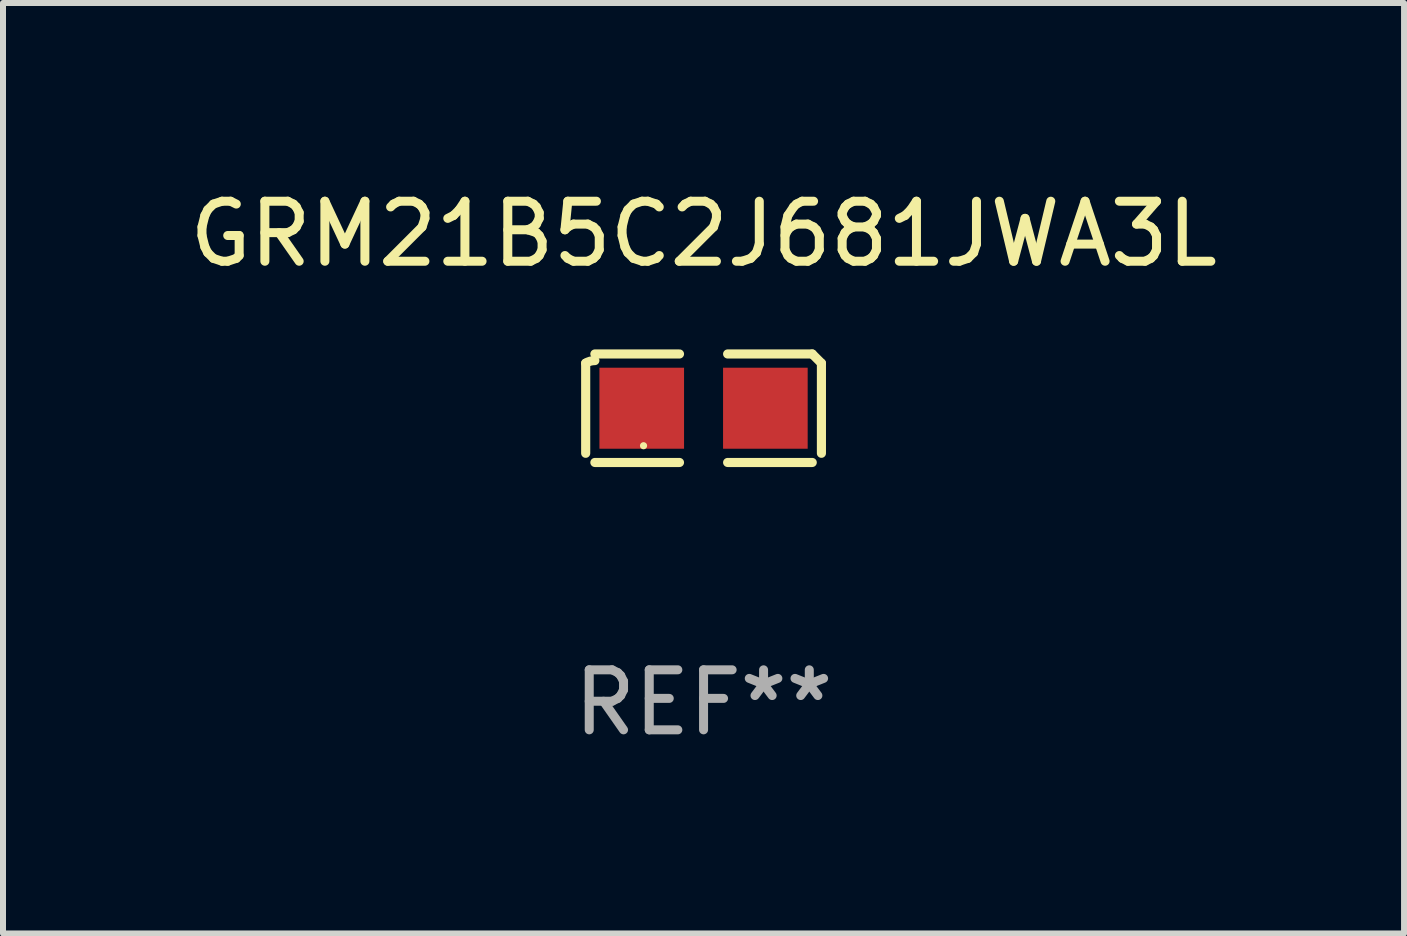
<source format=kicad_pcb>
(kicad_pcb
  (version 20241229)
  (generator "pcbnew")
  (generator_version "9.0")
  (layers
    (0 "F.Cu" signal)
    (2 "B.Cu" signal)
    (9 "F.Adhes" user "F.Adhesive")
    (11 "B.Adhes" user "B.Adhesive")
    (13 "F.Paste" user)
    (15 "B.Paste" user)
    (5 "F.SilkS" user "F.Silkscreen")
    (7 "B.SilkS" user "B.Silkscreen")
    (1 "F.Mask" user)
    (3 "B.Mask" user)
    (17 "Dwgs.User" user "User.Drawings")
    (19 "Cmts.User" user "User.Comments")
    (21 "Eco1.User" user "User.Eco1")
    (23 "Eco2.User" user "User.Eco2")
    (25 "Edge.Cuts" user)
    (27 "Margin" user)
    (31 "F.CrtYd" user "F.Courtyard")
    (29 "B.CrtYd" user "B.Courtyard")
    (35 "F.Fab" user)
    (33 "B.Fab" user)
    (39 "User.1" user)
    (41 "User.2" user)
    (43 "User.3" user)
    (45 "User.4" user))
  (footprint "GRM21B5C2J681JWA3L"
    (layer "F.Cu")
    (at 8.673 3.752)
    (property "Reference" "GRM21B5C2J681JWA3L" (at 0 -2.904 0) (layer "F.SilkS") (effects (font (size 1 1) (thickness 0.15))))
    (attr through_hole)
    (fp_line (start -1.964 0.751) (end -1.964 -0.751) (stroke (width 0.152) (type solid)) (layer "F.SilkS"))
    (fp_line (start -1.811 -0.904) (end -0.401 -0.904) (stroke (width 0.152) (type solid)) (layer "F.SilkS"))
    (fp_line (start -0.401 0.904) (end -1.811 0.904) (stroke (width 0.152) (type solid)) (layer "F.SilkS"))
    (fp_line (start 0.401 0.904) (end 1.811 0.904) (stroke (width 0.152) (type solid)) (layer "F.SilkS"))
    (fp_line (start 1.811 -0.904) (end 0.401 -0.904) (stroke (width 0.152) (type solid)) (layer "F.SilkS"))
    (fp_line (start 1.964 0.751) (end 1.964 -0.751) (stroke (width 0.152) (type solid)) (layer "F.SilkS"))
    (fp_arc (start -1.963602 -0.751207) (mid -1.890354 -0.783131) (end -1.811201 -0.794044) (stroke (width 0.1524) (type solid)) (layer "F.SilkS"))
    (fp_arc (start 1.811202 -0.903607) (mid 1.887413 -0.827418) (end 1.963602 -0.751207) (stroke (width 0.1524) (type solid)) (layer "F.SilkS"))
    (fp_circle (center -1 0.625) (end -0.97 0.625) (stroke (width 0.06) (type solid)) (fill no) (layer "F.SilkS"))
    (fp_text user "REF**" (at 0 4.904 0) (layer "F.Fab") (effects (font (size 1 1) (thickness 0.15))))
    (pad "1" smd rect (at -1.03 0) (size 1.41 1.35) (layers "F.Cu" "F.Mask" "F.Paste"))
    (pad "2" smd rect (at 1.03 0) (size 1.41 1.35) (layers "F.Cu" "F.Mask" "F.Paste")))
  (gr_rect
    (start -3 -3)
    (end 20.345 12.504)
    (stroke (width 0.1) (type default))
    (fill no)
    (layer "Edge.Cuts")))
</source>
